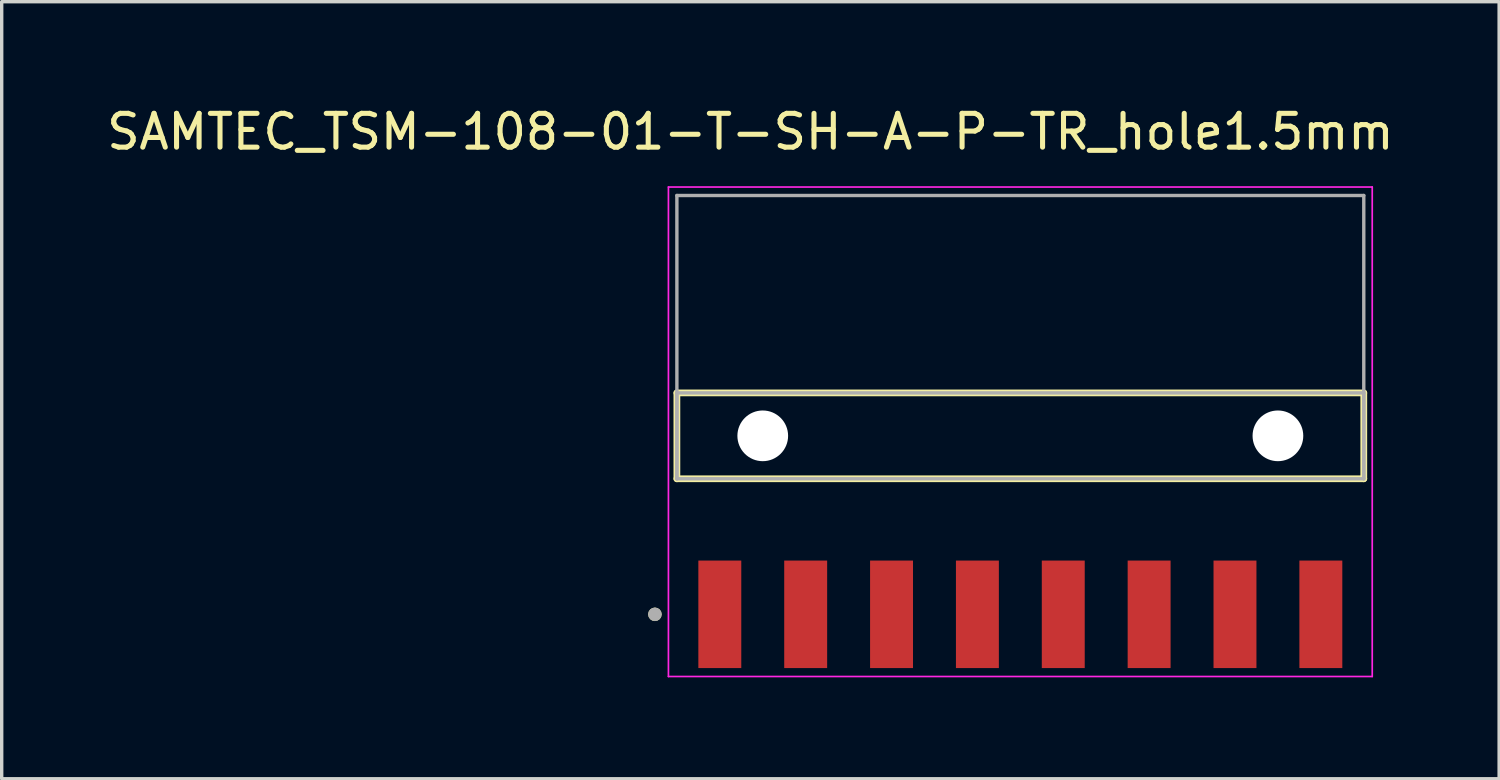
<source format=kicad_pcb>
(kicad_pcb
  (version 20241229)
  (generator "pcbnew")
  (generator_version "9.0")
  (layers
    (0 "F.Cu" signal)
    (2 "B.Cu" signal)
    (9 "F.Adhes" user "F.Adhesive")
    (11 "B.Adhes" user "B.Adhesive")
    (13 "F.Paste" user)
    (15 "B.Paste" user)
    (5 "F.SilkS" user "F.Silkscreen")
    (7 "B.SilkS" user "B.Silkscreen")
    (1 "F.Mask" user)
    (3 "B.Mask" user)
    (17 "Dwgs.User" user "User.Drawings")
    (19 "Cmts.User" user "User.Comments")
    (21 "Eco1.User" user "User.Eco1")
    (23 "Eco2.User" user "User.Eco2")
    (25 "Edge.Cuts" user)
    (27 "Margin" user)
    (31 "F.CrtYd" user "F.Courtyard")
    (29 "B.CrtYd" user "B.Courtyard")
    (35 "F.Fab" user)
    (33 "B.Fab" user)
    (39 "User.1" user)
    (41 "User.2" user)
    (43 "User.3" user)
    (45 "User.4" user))
  (footprint "SAMTEC_TSM-108-01-T-SH-A-P-TR_hole1.5mm"
    (layer "F.Cu")
    (at 27.134 9.843)
    (property "Reference" "SAMTEC_TSM-108-01-T-SH-A-P-TR_hole1.5mm" (at -7.985 -8.995 0) (layer "F.SilkS") (effects (font (size 1 1) (thickness 0.15))))
    (attr smd)
    (fp_line (start -10.16 1.27) (end -10.16 -1.27) (stroke (width 0.2) (type solid)) (layer "F.SilkS"))
    (fp_line (start 10.16 -1.27) (end -10.16 -1.27) (stroke (width 0.2) (type solid)) (layer "F.SilkS"))
    (fp_line (start 10.16 -1.27) (end 10.16 1.27) (stroke (width 0.2) (type solid)) (layer "F.SilkS"))
    (fp_line (start 10.16 1.27) (end -10.16 1.27) (stroke (width 0.2) (type solid)) (layer "F.SilkS"))
    (fp_circle (center -10.81 5.28) (end -10.71 5.28) (stroke (width 0.2) (type solid)) (fill no) (layer "F.SilkS"))
    (fp_line (start -10.41 -7.36) (end 10.41 -7.36) (stroke (width 0.05) (type solid)) (layer "F.CrtYd"))
    (fp_line (start -10.41 7.12) (end -10.41 -7.36) (stroke (width 0.05) (type solid)) (layer "F.CrtYd"))
    (fp_line (start 10.41 -7.36) (end 10.41 7.12) (stroke (width 0.05) (type solid)) (layer "F.CrtYd"))
    (fp_line (start 10.41 7.12) (end -10.41 7.12) (stroke (width 0.05) (type solid)) (layer "F.CrtYd"))
    (fp_line (start -10.16 -7.11) (end 10.16 -7.11) (stroke (width 0.1) (type solid)) (layer "F.Fab"))
    (fp_line (start -10.16 -1.27) (end 10.16 -1.27) (stroke (width 0.1) (type solid)) (layer "F.Fab"))
    (fp_line (start -10.16 1.27) (end -10.16 -7.11) (stroke (width 0.1) (type solid)) (layer "F.Fab"))
    (fp_line (start -10.16 1.27) (end -10.16 -1.27) (stroke (width 0.1) (type solid)) (layer "F.Fab"))
    (fp_line (start 10.16 -7.11) (end 10.16 1.27) (stroke (width 0.1) (type solid)) (layer "F.Fab"))
    (fp_line (start 10.16 -1.27) (end 10.16 1.27) (stroke (width 0.1) (type solid)) (layer "F.Fab"))
    (fp_line (start 10.16 1.27) (end -10.16 1.27) (stroke (width 0.1) (type solid)) (layer "F.Fab"))
    (fp_circle (center -10.81 5.28) (end -10.71 5.28) (stroke (width 0.2) (type solid)) (fill no) (layer "F.Fab"))
    (pad "" np_thru_hole circle (at -7.62 0) (size 1.5 1.5) (drill 1.5) (layers "*.Cu" "*.Mask"))
    (pad "" np_thru_hole circle (at 7.62 0) (size 1.5 1.5) (drill 1.5) (layers "*.Cu" "*.Mask"))
    (pad "1" smd rect (at -8.89 5.28) (size 1.27 3.18) (layers "F.Cu" "F.Mask" "F.Paste"))
    (pad "2" smd rect (at -6.35 5.28) (size 1.27 3.18) (layers "F.Cu" "F.Mask" "F.Paste"))
    (pad "3" smd rect (at -3.81 5.28) (size 1.27 3.18) (layers "F.Cu" "F.Mask" "F.Paste"))
    (pad "4" smd rect (at -1.27 5.28) (size 1.27 3.18) (layers "F.Cu" "F.Mask" "F.Paste"))
    (pad "5" smd rect (at 1.27 5.28) (size 1.27 3.18) (layers "F.Cu" "F.Mask" "F.Paste"))
    (pad "6" smd rect (at 3.81 5.28) (size 1.27 3.18) (layers "F.Cu" "F.Mask" "F.Paste"))
    (pad "7" smd rect (at 6.35 5.28) (size 1.27 3.18) (layers "F.Cu" "F.Mask" "F.Paste"))
    (pad "8" smd rect (at 8.89 5.28) (size 1.27 3.18) (layers "F.Cu" "F.Mask" "F.Paste")))
  (gr_rect
    (start -3 -3)
    (end 41.298 19.988)
    (stroke (width 0.1) (type default))
    (fill no)
    (layer "Edge.Cuts")))
</source>
